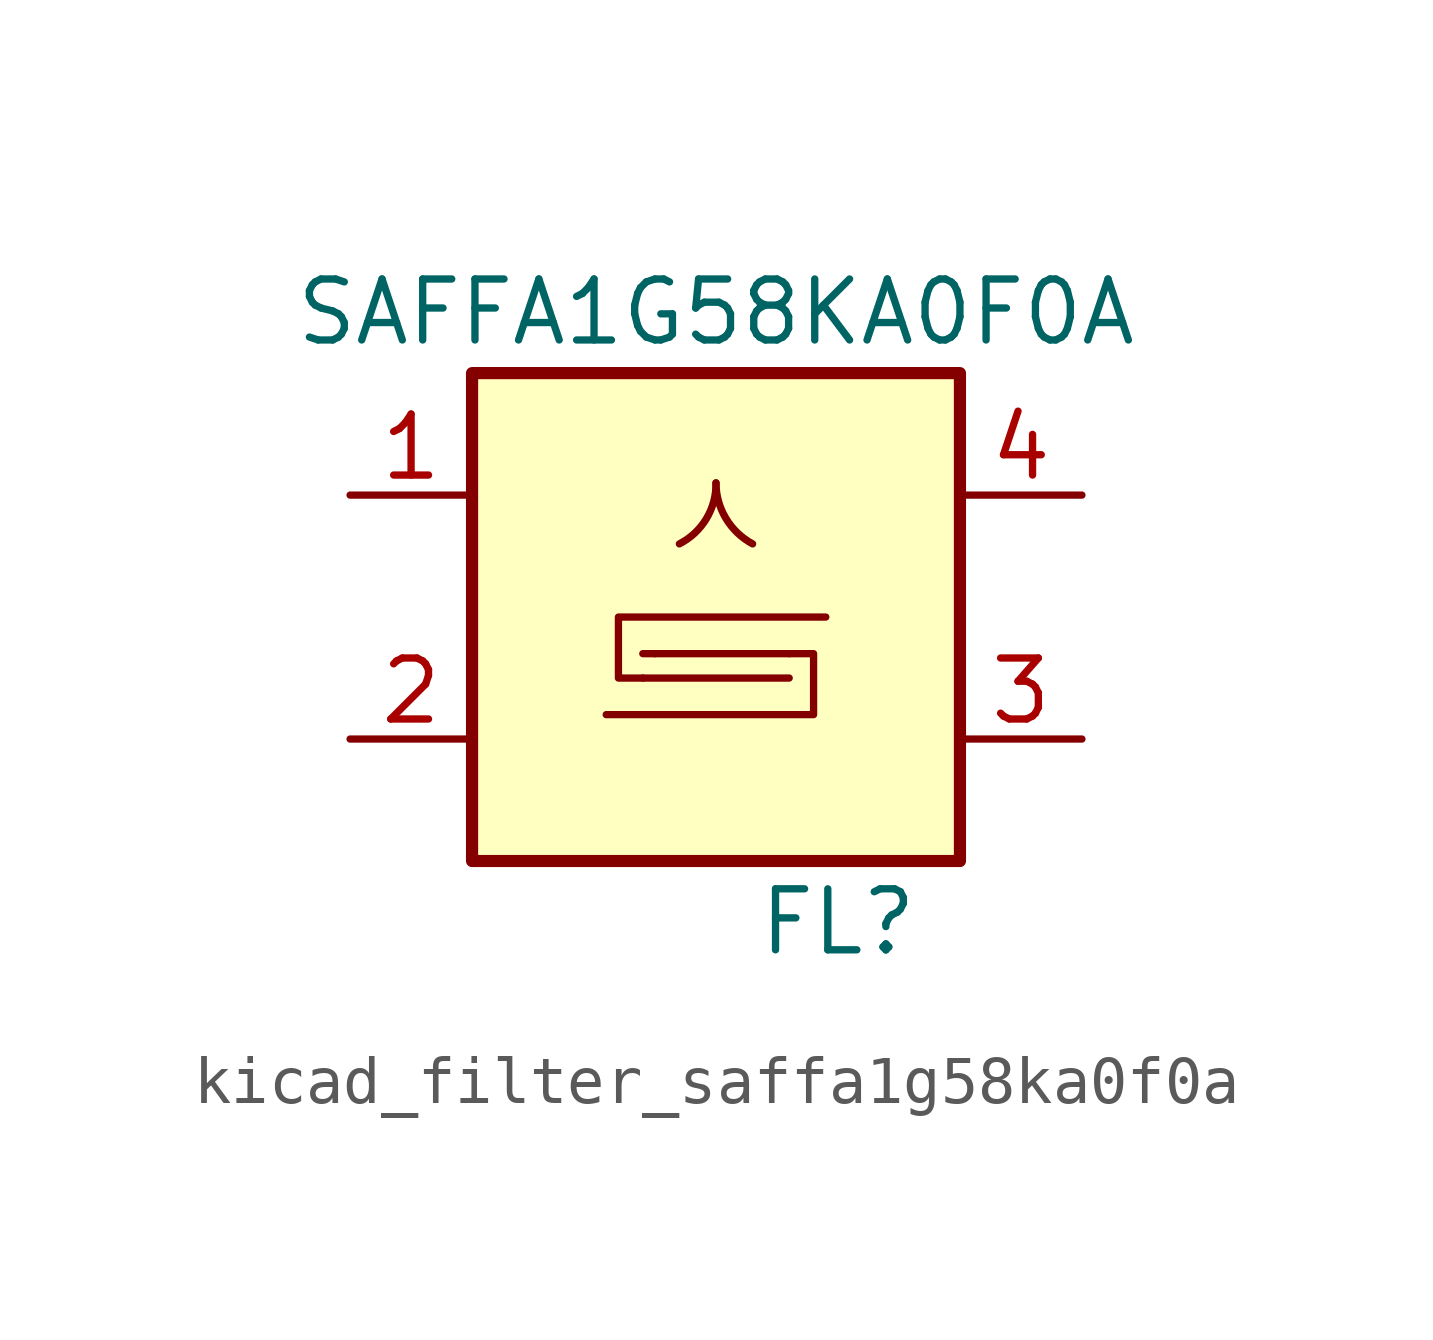
<source format=kicad_sym>
(kicad_symbol_lib
  (version 20220914)
  (generator kicad_symbol_editor)
  (symbol "kicad_filter_saffa1g58ka0f0a"
    (pin_names
      (offset 1.016))
    (property "Reference" "FL"
      (at 2.54 -6.35 0)
      (effects (font (size 1.27 1.27))))
    (property "Value" "SAFFA1G58KA0F0A"
      (at 0 6.35 0)
      (effects (font (size 1.27 1.27))))
    (symbol "kicad_filter_saffa1g58ka0f0a_0_1"
      (rectangle (start -5.08 5.08) (end 5.08 -5.08) (stroke (width 0.254) (type default)) (fill (type background)))
      (arc (start -0.762 1.524) (mid -0.1988 2.0511) (end 0 2.794) (stroke (width 0) (type default)) (fill (type none)))
      (polyline (pts (xy -1.524 -0.762) (xy -1.27 -0.762)) (stroke (width 0) (type default)) (fill (type none)))
      (polyline (pts (xy 1.524 -1.27) (xy -1.524 -1.27)) (stroke (width 0) (type default)) (fill (type none)))
      (polyline (pts (xy 1.524 -0.762) (xy -1.27 -0.762)) (stroke (width 0) (type default)) (fill (type none)))
      (polyline (pts (xy -1.524 -1.27) (xy -2.032 -1.27) (xy -2.032 0) (xy 2.286 0)) (stroke (width 0) (type default)) (fill (type none)))
      (polyline (pts (xy 1.524 -0.762) (xy 2.032 -0.762) (xy 2.032 -2.032) (xy -2.286 -2.032)) (stroke (width 0) (type default)) (fill (type none)))
      (arc (start 0 2.794) (mid 0.2065 2.0558) (end 0.762 1.524) (stroke (width 0) (type default)) (fill (type none))))
    (symbol "kicad_filter_saffa1g58ka0f0a_1_1"
      (pin passive line (at -7.62 2.54 0) (length 2.54) (name "~" (effects (font (size 1.27 1.27)))) (number "1" (effects (font (size 1.27 1.27)))))
      (pin passive line (at -7.62 -2.54 0) (length 2.54) (name "~" (effects (font (size 1.27 1.27)))) (number "2" (effects (font (size 1.27 1.27)))))
      (pin passive line (at 7.62 -2.54 180) (length 2.54) (name "~" (effects (font (size 1.27 1.27)))) (number "3" (effects (font (size 1.27 1.27)))))
      (pin passive line (at 7.62 2.54 180) (length 2.54) (name "~" (effects (font (size 1.27 1.27)))) (number "4" (effects (font (size 1.27 1.27)))))
      (pin passive line (at -7.62 -2.54 0) (length 2.54) hide (name "~" (effects (font (size 1.27 1.27)))) (number "5" (effects (font (size 1.27 1.27))))))))
</source>
